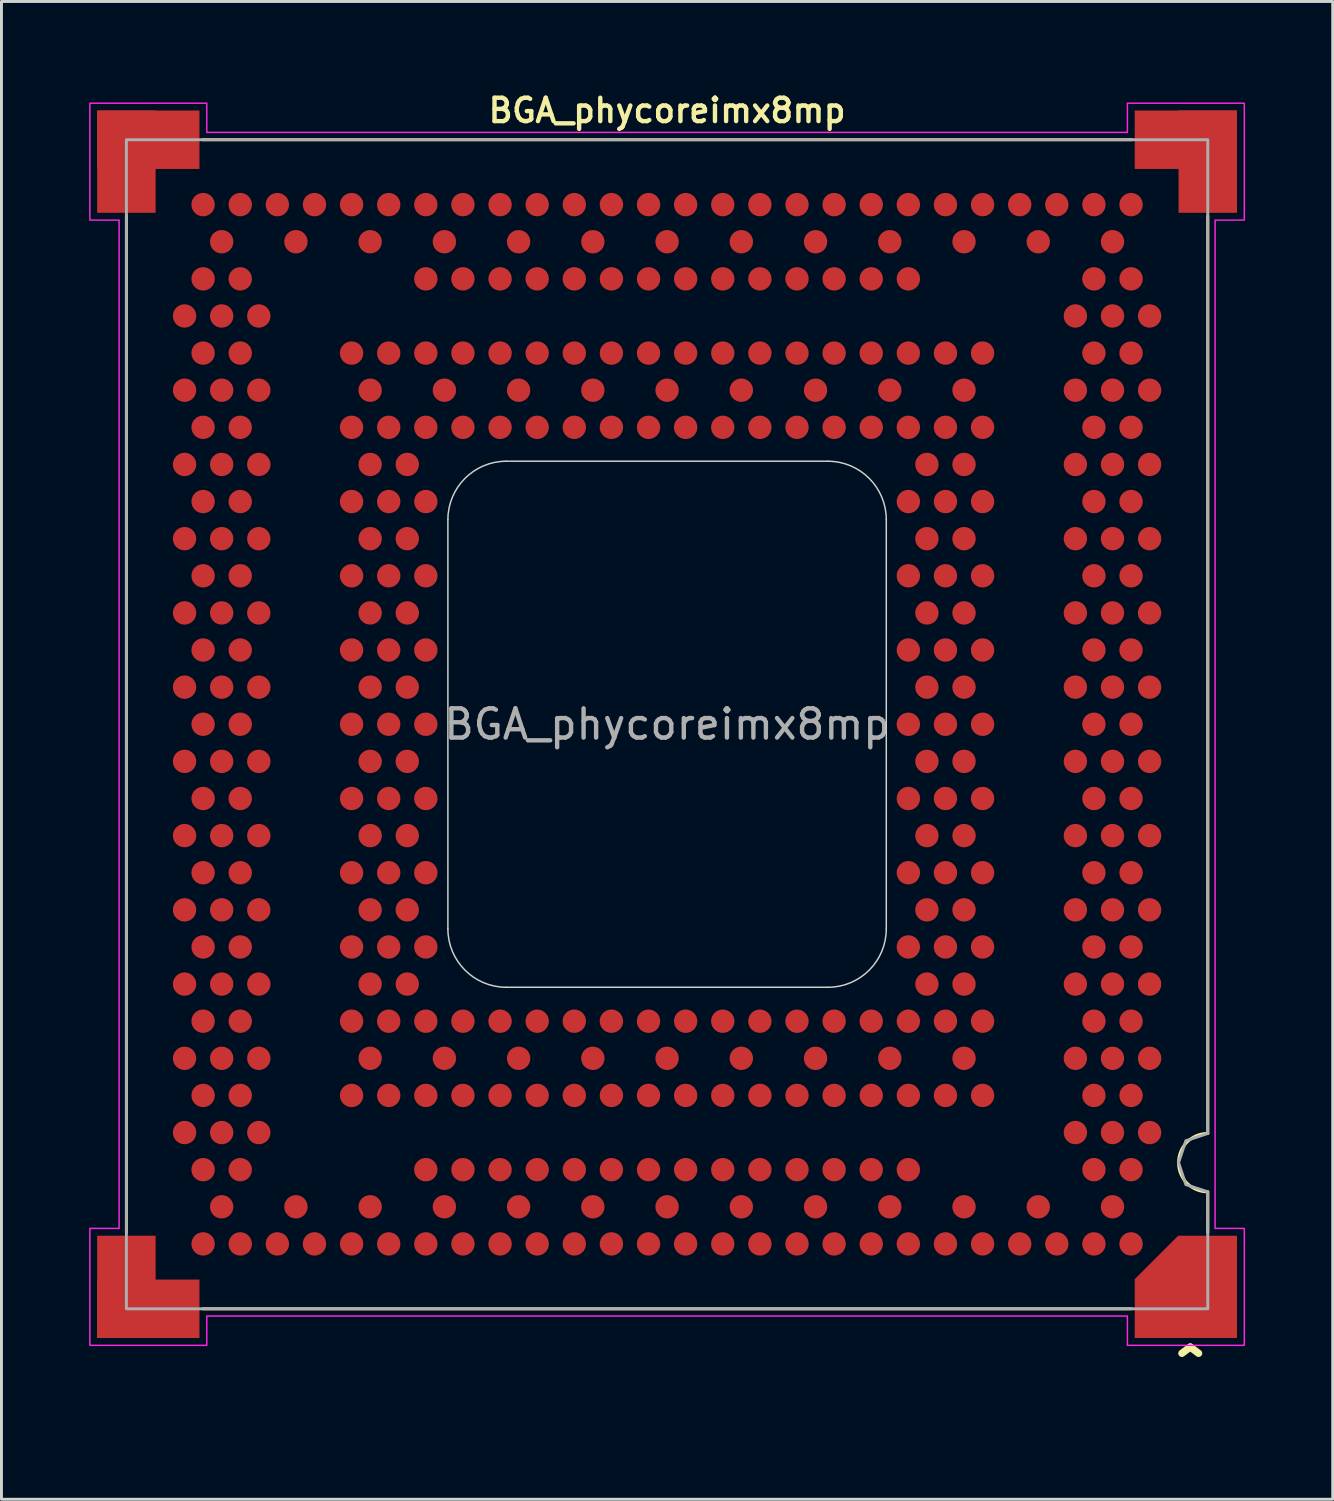
<source format=kicad_pcb>
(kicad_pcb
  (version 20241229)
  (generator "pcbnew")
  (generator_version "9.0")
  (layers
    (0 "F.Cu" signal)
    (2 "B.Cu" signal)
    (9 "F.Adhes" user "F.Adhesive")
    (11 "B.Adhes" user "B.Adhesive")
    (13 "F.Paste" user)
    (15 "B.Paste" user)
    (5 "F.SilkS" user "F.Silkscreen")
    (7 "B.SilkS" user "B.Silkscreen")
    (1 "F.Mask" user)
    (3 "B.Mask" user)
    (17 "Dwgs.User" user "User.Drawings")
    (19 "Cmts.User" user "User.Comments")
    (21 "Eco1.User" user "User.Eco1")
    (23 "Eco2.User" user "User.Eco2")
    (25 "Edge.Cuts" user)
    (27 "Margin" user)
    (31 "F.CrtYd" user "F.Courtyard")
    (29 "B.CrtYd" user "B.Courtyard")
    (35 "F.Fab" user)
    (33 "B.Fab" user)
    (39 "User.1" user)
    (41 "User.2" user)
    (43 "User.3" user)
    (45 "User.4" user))
  (footprint "BGA_phycoreimx8mp"
    (layer "F.Cu")
    (at 19.775 21.731)
    (property "Reference" "BGA_phycoreimx8mp" (at 0 -21 0) (layer "F.SilkS") (effects (font (size 0.8 0.8) (thickness 0.15))))
    (attr smd)
    (fp_line (start -18.5 17.4) (end -18.5 -17.4) (stroke (width 0.1) (type solid)) (layer "F.SilkS"))
    (fp_line (start -15.9 -20) (end 15.9 -20) (stroke (width 0.1) (type solid)) (layer "F.SilkS"))
    (fp_line (start 15.9 20) (end -15.9 20) (stroke (width 0.1) (type solid)) (layer "F.SilkS"))
    (fp_line (start 18.5 -17.4) (end 18.5 14) (stroke (width 0.1) (type solid)) (layer "F.SilkS"))
    (fp_line (start 18.5 16) (end 18.5 17.4) (stroke (width 0.1) (type solid)) (layer "F.SilkS"))
    (fp_arc (start 18.5 16) (mid 17.5 15) (end 18.5 14) (stroke (width 0.1) (type solid)) (layer "F.SilkS"))
    (fp_rect (start -19.3 -20.75) (end -18.05 -19.5) (stroke (width 0.1) (type solid)) (fill yes) (layer "F.Paste"))
    (fp_rect (start -19.3 -17.75) (end -17.8 -18.95) (stroke (width 0.1) (type solid)) (fill yes) (layer "F.Paste"))
    (fp_rect (start -19.25 20.75) (end -18 19.5) (stroke (width 0.1) (type solid)) (fill yes) (layer "F.Paste"))
    (fp_rect (start -17.75 17.75) (end -19.25 18.95) (stroke (width 0.1) (type solid)) (fill yes) (layer "F.Paste"))
    (fp_rect (start -16.3 -19.25) (end -17.5 -20.75) (stroke (width 0.1) (type solid)) (fill yes) (layer "F.Paste"))
    (fp_rect (start -16.25 20.75) (end -17.45 19.25) (stroke (width 0.1) (type solid)) (fill yes) (layer "F.Paste"))
    (fp_rect (start 16.25 -20.8) (end 17.45 -19.3) (stroke (width 0.1) (type solid)) (fill yes) (layer "F.Paste"))
    (fp_rect (start 16.3 19.25) (end 17.5 20.75) (stroke (width 0.1) (type solid)) (fill yes) (layer "F.Paste"))
    (fp_rect (start 17.75 -17.8) (end 19.25 -19) (stroke (width 0.1) (type solid)) (fill yes) (layer "F.Paste"))
    (fp_rect (start 19.25 -20.8) (end 18 -19.55) (stroke (width 0.1) (type solid)) (fill yes) (layer "F.Paste"))
    (fp_rect (start 19.3 17.75) (end 17.8 18.95) (stroke (width 0.1) (type solid)) (fill yes) (layer "F.Paste"))
    (fp_rect (start 19.3 20.75) (end 18.05 19.5) (stroke (width 0.1) (type solid)) (fill yes) (layer "F.Paste"))
    (fp_line (start -7.5 7) (end -7.5 -7) (stroke (width 0.05) (type solid)) (layer "Edge.Cuts"))
    (fp_line (start -5.5 -9) (end 5.5 -9) (stroke (width 0.05) (type solid)) (layer "Edge.Cuts"))
    (fp_line (start 5.5 9) (end -5.5 9) (stroke (width 0.05) (type solid)) (layer "Edge.Cuts"))
    (fp_line (start 7.5 -7) (end 7.5 7) (stroke (width 0.05) (type solid)) (layer "Edge.Cuts"))
    (fp_arc (start -7.5 -7) (mid -6.914214 -8.414214) (end -5.5 -9) (stroke (width 0.05) (type solid)) (layer "Edge.Cuts"))
    (fp_arc (start -5.5 9) (mid -6.914214 8.414214) (end -7.5 7) (stroke (width 0.05) (type solid)) (layer "Edge.Cuts"))
    (fp_arc (start 5.5 -9) (mid 6.914214 -8.414214) (end 7.5 -7) (stroke (width 0.05) (type solid)) (layer "Edge.Cuts"))
    (fp_arc (start 7.5 7) (mid 6.914214 8.414214) (end 5.5 9) (stroke (width 0.05) (type solid)) (layer "Edge.Cuts"))
    (fp_poly (pts (xy -15.75 -20.25) (xy 15.75 -20.25) (xy 15.75 -21.25) (xy 19.75 -21.25) (xy 19.75 -17.25) (xy 18.75 -17.25) (xy 18.75 17.25) (xy 19.75 17.25) (xy 19.75 21.25) (xy 15.75 21.25) (xy 15.75 20.25) (xy -15.75 20.25) (xy -15.75 21.25) (xy -19.75 21.25) (xy -19.75 17.25) (xy -18.75 17.25) (xy -18.75 -17.25) (xy -19.75 -17.25) (xy -19.75 -21.25) (xy -15.75 -21.25)) (stroke (width 0.05) (type solid)) (fill no) (layer "F.CrtYd"))
    (fp_poly (pts (xy 18.5 14) (xy 17.75 14.25) (xy 17.5 15) (xy 17.75 15.75) (xy 18.5 16) (xy 18.5 20) (xy -18.5 20) (xy -18.5 -20) (xy 18.5 -20)) (stroke (width 0.1) (type solid)) (fill no) (layer "F.Fab"))
    (fp_text user "^" (at 17.9 22.2 0) (unlocked yes) (layer "F.SilkS") (effects (font (size 1.5 1.5) (thickness 0.25))))
    (fp_text user "${REFERENCE}" (at 0 0 0) (layer "F.Fab") (effects (font (size 1 1) (thickness 0.15))))
    (pad "1" smd roundrect (at 17.75 19.25) (size 3.5 3.5) (layers "F.Cu" "F.Mask") (roundrect_rratio 0) (chamfer_ratio 0.425) (chamfer top_left))
    (pad "2" smd rect (at -18.5 19.25 90) (size 3.5 2) (layers "F.Cu" "F.Mask"))
    (pad "2" smd rect (at -17.75 20) (size 3.5 2) (layers "F.Cu" "F.Mask"))
    (pad "3" smd rect (at -18.5 -19.25 270) (size 3.5 2) (layers "F.Cu" "F.Mask"))
    (pad "3" smd rect (at -17.75 -20) (size 3.5 2) (layers "F.Cu" "F.Mask"))
    (pad "4" smd rect (at 17.75 -20 180) (size 3.5 2) (layers "F.Cu" "F.Mask"))
    (pad "4" smd rect (at 18.5 -19.25 270) (size 3.5 2) (layers "F.Cu" "F.Mask"))
    (pad "A1" smd circle (at 10.795 12.7) (size 0.8 0.8) (layers "F.Cu" "F.Mask" "F.Paste"))
    (pad "A2" smd circle (at 9.525 12.7) (size 0.8 0.8) (layers "F.Cu" "F.Mask" "F.Paste"))
    (pad "A3" smd circle (at 10.16 11.43) (size 0.8 0.8) (layers "F.Cu" "F.Mask" "F.Paste"))
    (pad "A4" smd circle (at 10.795 10.16) (size 0.8 0.8) (layers "F.Cu" "F.Mask" "F.Paste"))
    (pad "A5" smd circle (at 9.525 10.16) (size 0.8 0.8) (layers "F.Cu" "F.Mask" "F.Paste"))
    (pad "A6" smd circle (at 8.255 12.7) (size 0.8 0.8) (layers "F.Cu" "F.Mask" "F.Paste"))
    (pad "A7" smd circle (at 6.985 12.7) (size 0.8 0.8) (layers "F.Cu" "F.Mask" "F.Paste"))
    (pad "A8" smd circle (at 7.62 11.43) (size 0.8 0.8) (layers "F.Cu" "F.Mask" "F.Paste"))
    (pad "A9" smd circle (at 8.255 10.16) (size 0.8 0.8) (layers "F.Cu" "F.Mask" "F.Paste"))
    (pad "A10" smd circle (at 6.985 10.16) (size 0.8 0.8) (layers "F.Cu" "F.Mask" "F.Paste"))
    (pad "A11" smd circle (at 5.715 12.7) (size 0.8 0.8) (layers "F.Cu" "F.Mask" "F.Paste"))
    (pad "A12" smd circle (at 4.445 12.7) (size 0.8 0.8) (layers "F.Cu" "F.Mask" "F.Paste"))
    (pad "A13" smd circle (at 5.08 11.43) (size 0.8 0.8) (layers "F.Cu" "F.Mask" "F.Paste"))
    (pad "A14" smd circle (at 5.715 10.16) (size 0.8 0.8) (layers "F.Cu" "F.Mask" "F.Paste"))
    (pad "A15" smd circle (at 4.445 10.16) (size 0.8 0.8) (layers "F.Cu" "F.Mask" "F.Paste"))
    (pad "A16" smd circle (at 3.175 12.7) (size 0.8 0.8) (layers "F.Cu" "F.Mask" "F.Paste"))
    (pad "A17" smd circle (at 1.905 12.7) (size 0.8 0.8) (layers "F.Cu" "F.Mask" "F.Paste"))
    (pad "A18" smd circle (at 2.54 11.43) (size 0.8 0.8) (layers "F.Cu" "F.Mask" "F.Paste"))
    (pad "A19" smd circle (at 3.175 10.16) (size 0.8 0.8) (layers "F.Cu" "F.Mask" "F.Paste"))
    (pad "A20" smd circle (at 1.905 10.16) (size 0.8 0.8) (layers "F.Cu" "F.Mask" "F.Paste"))
    (pad "A21" smd circle (at 0.635 12.7) (size 0.8 0.8) (layers "F.Cu" "F.Mask" "F.Paste"))
    (pad "A22" smd circle (at -0.635 12.7) (size 0.8 0.8) (layers "F.Cu" "F.Mask" "F.Paste"))
    (pad "A23" smd circle (at 0 11.43) (size 0.8 0.8) (layers "F.Cu" "F.Mask" "F.Paste"))
    (pad "A24" smd circle (at 0.635 10.16) (size 0.8 0.8) (layers "F.Cu" "F.Mask" "F.Paste"))
    (pad "A25" smd circle (at -0.635 10.16) (size 0.8 0.8) (layers "F.Cu" "F.Mask" "F.Paste"))
    (pad "A26" smd circle (at -1.905 12.7) (size 0.8 0.8) (layers "F.Cu" "F.Mask" "F.Paste"))
    (pad "A27" smd circle (at -3.175 12.7) (size 0.8 0.8) (layers "F.Cu" "F.Mask" "F.Paste"))
    (pad "A28" smd circle (at -2.54 11.43) (size 0.8 0.8) (layers "F.Cu" "F.Mask" "F.Paste"))
    (pad "A29" smd circle (at -1.905 10.16) (size 0.8 0.8) (layers "F.Cu" "F.Mask" "F.Paste"))
    (pad "A30" smd circle (at -3.175 10.16) (size 0.8 0.8) (layers "F.Cu" "F.Mask" "F.Paste"))
    (pad "A31" smd circle (at -4.445 12.7) (size 0.8 0.8) (layers "F.Cu" "F.Mask" "F.Paste"))
    (pad "A32" smd circle (at -5.715 12.7) (size 0.8 0.8) (layers "F.Cu" "F.Mask" "F.Paste"))
    (pad "A33" smd circle (at -5.08 11.43) (size 0.8 0.8) (layers "F.Cu" "F.Mask" "F.Paste"))
    (pad "A34" smd circle (at -4.445 10.16) (size 0.8 0.8) (layers "F.Cu" "F.Mask" "F.Paste"))
    (pad "A35" smd circle (at -5.715 10.16) (size 0.8 0.8) (layers "F.Cu" "F.Mask" "F.Paste"))
    (pad "A36" smd circle (at -6.985 12.7) (size 0.8 0.8) (layers "F.Cu" "F.Mask" "F.Paste"))
    (pad "A37" smd circle (at -8.255 12.7) (size 0.8 0.8) (layers "F.Cu" "F.Mask" "F.Paste"))
    (pad "A38" smd circle (at -7.62 11.43) (size 0.8 0.8) (layers "F.Cu" "F.Mask" "F.Paste"))
    (pad "A39" smd circle (at -6.985 10.16) (size 0.8 0.8) (layers "F.Cu" "F.Mask" "F.Paste"))
    (pad "A40" smd circle (at -8.255 10.16) (size 0.8 0.8) (layers "F.Cu" "F.Mask" "F.Paste"))
    (pad "A41" smd circle (at -9.525 12.7) (size 0.8 0.8) (layers "F.Cu" "F.Mask" "F.Paste"))
    (pad "A42" smd circle (at -10.795 12.7) (size 0.8 0.8) (layers "F.Cu" "F.Mask" "F.Paste"))
    (pad "A43" smd circle (at -10.16 11.43) (size 0.8 0.8) (layers "F.Cu" "F.Mask" "F.Paste"))
    (pad "A44" smd circle (at -9.525 10.16) (size 0.8 0.8) (layers "F.Cu" "F.Mask" "F.Paste"))
    (pad "A45" smd circle (at -10.795 10.16) (size 0.8 0.8) (layers "F.Cu" "F.Mask" "F.Paste"))
    (pad "A46" smd circle (at -10.16 8.89) (size 0.8 0.8) (layers "F.Cu" "F.Mask" "F.Paste"))
    (pad "A47" smd circle (at -10.795 7.62) (size 0.8 0.8) (layers "F.Cu" "F.Mask" "F.Paste"))
    (pad "A48" smd circle (at -9.525 7.62) (size 0.8 0.8) (layers "F.Cu" "F.Mask" "F.Paste"))
    (pad "A49" smd circle (at -8.89 8.89) (size 0.8 0.8) (layers "F.Cu" "F.Mask" "F.Paste"))
    (pad "A50" smd circle (at -8.255 7.62) (size 0.8 0.8) (layers "F.Cu" "F.Mask" "F.Paste"))
    (pad "A51" smd circle (at -10.16 6.35) (size 0.8 0.8) (layers "F.Cu" "F.Mask" "F.Paste"))
    (pad "A52" smd circle (at -10.795 5.08) (size 0.8 0.8) (layers "F.Cu" "F.Mask" "F.Paste"))
    (pad "A53" smd circle (at -9.525 5.08) (size 0.8 0.8) (layers "F.Cu" "F.Mask" "F.Paste"))
    (pad "A54" smd circle (at -8.89 6.35) (size 0.8 0.8) (layers "F.Cu" "F.Mask" "F.Paste"))
    (pad "A55" smd circle (at -8.255 5.08) (size 0.8 0.8) (layers "F.Cu" "F.Mask" "F.Paste"))
    (pad "A56" smd circle (at -10.16 3.81) (size 0.8 0.8) (layers "F.Cu" "F.Mask" "F.Paste"))
    (pad "A57" smd circle (at -10.795 2.54) (size 0.8 0.8) (layers "F.Cu" "F.Mask" "F.Paste"))
    (pad "A58" smd circle (at -9.525 2.54) (size 0.8 0.8) (layers "F.Cu" "F.Mask" "F.Paste"))
    (pad "A59" smd circle (at -8.89 3.81) (size 0.8 0.8) (layers "F.Cu" "F.Mask" "F.Paste"))
    (pad "A60" smd circle (at -8.255 2.54) (size 0.8 0.8) (layers "F.Cu" "F.Mask" "F.Paste"))
    (pad "A61" smd circle (at -10.16 1.27) (size 0.8 0.8) (layers "F.Cu" "F.Mask" "F.Paste"))
    (pad "A62" smd circle (at -10.795 0) (size 0.8 0.8) (layers "F.Cu" "F.Mask" "F.Paste"))
    (pad "A63" smd circle (at -9.525 0) (size 0.8 0.8) (layers "F.Cu" "F.Mask" "F.Paste"))
    (pad "A64" smd circle (at -8.89 1.27) (size 0.8 0.8) (layers "F.Cu" "F.Mask" "F.Paste"))
    (pad "A65" smd circle (at -8.255 0) (size 0.8 0.8) (layers "F.Cu" "F.Mask" "F.Paste"))
    (pad "A66" smd circle (at -10.16 -1.27) (size 0.8 0.8) (layers "F.Cu" "F.Mask" "F.Paste"))
    (pad "A67" smd circle (at -10.795 -2.54) (size 0.8 0.8) (layers "F.Cu" "F.Mask" "F.Paste"))
    (pad "A68" smd circle (at -9.525 -2.54) (size 0.8 0.8) (layers "F.Cu" "F.Mask" "F.Paste"))
    (pad "A69" smd circle (at -8.89 -1.27) (size 0.8 0.8) (layers "F.Cu" "F.Mask" "F.Paste"))
    (pad "A70" smd circle (at -8.255 -2.54) (size 0.8 0.8) (layers "F.Cu" "F.Mask" "F.Paste"))
    (pad "A71" smd circle (at -10.16 -3.81) (size 0.8 0.8) (layers "F.Cu" "F.Mask" "F.Paste"))
    (pad "A72" smd circle (at -10.795 -5.08) (size 0.8 0.8) (layers "F.Cu" "F.Mask" "F.Paste"))
    (pad "A73" smd circle (at -9.525 -5.08) (size 0.8 0.8) (layers "F.Cu" "F.Mask" "F.Paste"))
    (pad "A74" smd circle (at -8.89 -3.81) (size 0.8 0.8) (layers "F.Cu" "F.Mask" "F.Paste"))
    (pad "A75" smd circle (at -8.255 -5.08) (size 0.8 0.8) (layers "F.Cu" "F.Mask" "F.Paste"))
    (pad "A76" smd circle (at -10.16 -6.35) (size 0.8 0.8) (layers "F.Cu" "F.Mask" "F.Paste"))
    (pad "A77" smd circle (at -10.795 -7.62) (size 0.8 0.8) (layers "F.Cu" "F.Mask" "F.Paste"))
    (pad "A78" smd circle (at -9.525 -7.62) (size 0.8 0.8) (layers "F.Cu" "F.Mask" "F.Paste"))
    (pad "A79" smd circle (at -8.89 -6.35) (size 0.8 0.8) (layers "F.Cu" "F.Mask" "F.Paste"))
    (pad "A80" smd circle (at -8.255 -7.62) (size 0.8 0.8) (layers "F.Cu" "F.Mask" "F.Paste"))
    (pad "A81" smd circle (at -10.16 -8.89) (size 0.8 0.8) (layers "F.Cu" "F.Mask" "F.Paste"))
    (pad "A82" smd circle (at -8.89 -8.89) (size 0.8 0.8) (layers "F.Cu" "F.Mask" "F.Paste"))
    (pad "A83" smd circle (at -10.795 -12.7) (size 0.8 0.8) (layers "F.Cu" "F.Mask" "F.Paste"))
    (pad "A84" smd circle (at -9.525 -12.7) (size 0.8 0.8) (layers "F.Cu" "F.Mask" "F.Paste"))
    (pad "A85" smd circle (at -10.16 -11.43) (size 0.8 0.8) (layers "F.Cu" "F.Mask" "F.Paste"))
    (pad "A86" smd circle (at -10.795 -10.16) (size 0.8 0.8) (layers "F.Cu" "F.Mask" "F.Paste"))
    (pad "A87" smd circle (at -9.525 -10.16) (size 0.8 0.8) (layers "F.Cu" "F.Mask" "F.Paste"))
    (pad "A88" smd circle (at -8.255 -12.7) (size 0.8 0.8) (layers "F.Cu" "F.Mask" "F.Paste"))
    (pad "A89" smd circle (at -6.985 -12.7) (size 0.8 0.8) (layers "F.Cu" "F.Mask" "F.Paste"))
    (pad "A90" smd circle (at -7.62 -11.43) (size 0.8 0.8) (layers "F.Cu" "F.Mask" "F.Paste"))
    (pad "A91" smd circle (at -8.255 -10.16) (size 0.8 0.8) (layers "F.Cu" "F.Mask" "F.Paste"))
    (pad "A92" smd circle (at -6.985 -10.16) (size 0.8 0.8) (layers "F.Cu" "F.Mask" "F.Paste"))
    (pad "A93" smd circle (at -5.715 -12.7) (size 0.8 0.8) (layers "F.Cu" "F.Mask" "F.Paste"))
    (pad "A94" smd circle (at -4.445 -12.7) (size 0.8 0.8) (layers "F.Cu" "F.Mask" "F.Paste"))
    (pad "A95" smd circle (at -5.08 -11.43) (size 0.8 0.8) (layers "F.Cu" "F.Mask" "F.Paste"))
    (pad "A96" smd circle (at -5.715 -10.16) (size 0.8 0.8) (layers "F.Cu" "F.Mask" "F.Paste"))
    (pad "A97" smd circle (at -4.445 -10.16) (size 0.8 0.8) (layers "F.Cu" "F.Mask" "F.Paste"))
    (pad "A98" smd circle (at -3.175 -12.7) (size 0.8 0.8) (layers "F.Cu" "F.Mask" "F.Paste"))
    (pad "A99" smd circle (at -1.905 -12.7) (size 0.8 0.8) (layers "F.Cu" "F.Mask" "F.Paste"))
    (pad "A100" smd circle (at -2.54 -11.43) (size 0.8 0.8) (layers "F.Cu" "F.Mask" "F.Paste"))
    (pad "A101" smd circle (at -3.175 -10.16) (size 0.8 0.8) (layers "F.Cu" "F.Mask" "F.Paste"))
    (pad "A102" smd circle (at -1.905 -10.16) (size 0.8 0.8) (layers "F.Cu" "F.Mask" "F.Paste"))
    (pad "A103" smd circle (at -0.635 -12.7) (size 0.8 0.8) (layers "F.Cu" "F.Mask" "F.Paste"))
    (pad "A104" smd circle (at 0.635 -12.7) (size 0.8 0.8) (layers "F.Cu" "F.Mask" "F.Paste"))
    (pad "A105" smd circle (at 0 -11.43) (size 0.8 0.8) (layers "F.Cu" "F.Mask" "F.Paste"))
    (pad "A106" smd circle (at -0.635 -10.16) (size 0.8 0.8) (layers "F.Cu" "F.Mask" "F.Paste"))
    (pad "A107" smd circle (at 0.635 -10.16) (size 0.8 0.8) (layers "F.Cu" "F.Mask" "F.Paste"))
    (pad "A108" smd circle (at 1.905 -12.7) (size 0.8 0.8) (layers "F.Cu" "F.Mask" "F.Paste"))
    (pad "A109" smd circle (at 3.175 -12.7) (size 0.8 0.8) (layers "F.Cu" "F.Mask" "F.Paste"))
    (pad "A110" smd circle (at 2.54 -11.43) (size 0.8 0.8) (layers "F.Cu" "F.Mask" "F.Paste"))
    (pad "A111" smd circle (at 1.905 -10.16) (size 0.8 0.8) (layers "F.Cu" "F.Mask" "F.Paste"))
    (pad "A112" smd circle (at 3.175 -10.16) (size 0.8 0.8) (layers "F.Cu" "F.Mask" "F.Paste"))
    (pad "A113" smd circle (at 4.445 -12.7) (size 0.8 0.8) (layers "F.Cu" "F.Mask" "F.Paste"))
    (pad "A114" smd circle (at 5.715 -12.7) (size 0.8 0.8) (layers "F.Cu" "F.Mask" "F.Paste"))
    (pad "A115" smd circle (at 5.08 -11.43) (size 0.8 0.8) (layers "F.Cu" "F.Mask" "F.Paste"))
    (pad "A116" smd circle (at 4.445 -10.16) (size 0.8 0.8) (layers "F.Cu" "F.Mask" "F.Paste"))
    (pad "A117" smd circle (at 5.715 -10.16) (size 0.8 0.8) (layers "F.Cu" "F.Mask" "F.Paste"))
    (pad "A118" smd circle (at 6.985 -12.7) (size 0.8 0.8) (layers "F.Cu" "F.Mask" "F.Paste"))
    (pad "A119" smd circle (at 8.255 -12.7) (size 0.8 0.8) (layers "F.Cu" "F.Mask" "F.Paste"))
    (pad "A120" smd circle (at 7.62 -11.43) (size 0.8 0.8) (layers "F.Cu" "F.Mask" "F.Paste"))
    (pad "A121" smd circle (at 6.985 -10.16) (size 0.8 0.8) (layers "F.Cu" "F.Mask" "F.Paste"))
    (pad "A122" smd circle (at 8.255 -10.16) (size 0.8 0.8) (layers "F.Cu" "F.Mask" "F.Paste"))
    (pad "A123" smd circle (at 9.525 -12.7) (size 0.8 0.8) (layers "F.Cu" "F.Mask" "F.Paste"))
    (pad "A124" smd circle (at 10.795 -12.7) (size 0.8 0.8) (layers "F.Cu" "F.Mask" "F.Paste"))
    (pad "A125" smd circle (at 10.16 -11.43) (size 0.8 0.8) (layers "F.Cu" "F.Mask" "F.Paste"))
    (pad "A126" smd circle (at 9.525 -10.16) (size 0.8 0.8) (layers "F.Cu" "F.Mask" "F.Paste"))
    (pad "A127" smd circle (at 10.795 -10.16) (size 0.8 0.8) (layers "F.Cu" "F.Mask" "F.Paste"))
    (pad "A128" smd circle (at 10.16 -8.89) (size 0.8 0.8) (layers "F.Cu" "F.Mask" "F.Paste"))
    (pad "A129" smd circle (at 10.795 -7.62) (size 0.8 0.8) (layers "F.Cu" "F.Mask" "F.Paste"))
    (pad "A130" smd circle (at 9.525 -7.62) (size 0.8 0.8) (layers "F.Cu" "F.Mask" "F.Paste"))
    (pad "A131" smd circle (at 8.89 -8.89) (size 0.8 0.8) (layers "F.Cu" "F.Mask" "F.Paste"))
    (pad "A132" smd circle (at 8.255 -7.62) (size 0.8 0.8) (layers "F.Cu" "F.Mask" "F.Paste"))
    (pad "A133" smd circle (at 10.16 -6.35) (size 0.8 0.8) (layers "F.Cu" "F.Mask" "F.Paste"))
    (pad "A134" smd circle (at 10.795 -5.08) (size 0.8 0.8) (layers "F.Cu" "F.Mask" "F.Paste"))
    (pad "A135" smd circle (at 9.525 -5.08) (size 0.8 0.8) (layers "F.Cu" "F.Mask" "F.Paste"))
    (pad "A136" smd circle (at 8.89 -6.35) (size 0.8 0.8) (layers "F.Cu" "F.Mask" "F.Paste"))
    (pad "A137" smd circle (at 8.255 -5.08) (size 0.8 0.8) (layers "F.Cu" "F.Mask" "F.Paste"))
    (pad "A138" smd circle (at 10.16 -3.81) (size 0.8 0.8) (layers "F.Cu" "F.Mask" "F.Paste"))
    (pad "A139" smd circle (at 10.795 -2.54) (size 0.8 0.8) (layers "F.Cu" "F.Mask" "F.Paste"))
    (pad "A140" smd circle (at 9.525 -2.54) (size 0.8 0.8) (layers "F.Cu" "F.Mask" "F.Paste"))
    (pad "A141" smd circle (at 8.89 -3.81) (size 0.8 0.8) (layers "F.Cu" "F.Mask" "F.Paste"))
    (pad "A142" smd circle (at 8.255 -2.54) (size 0.8 0.8) (layers "F.Cu" "F.Mask" "F.Paste"))
    (pad "A143" smd circle (at 10.16 -1.27) (size 0.8 0.8) (layers "F.Cu" "F.Mask" "F.Paste"))
    (pad "A144" smd circle (at 10.795 0) (size 0.8 0.8) (layers "F.Cu" "F.Mask" "F.Paste"))
    (pad "A145" smd circle (at 8.89 -1.27) (size 0.8 0.8) (layers "F.Cu" "F.Mask" "F.Paste"))
    (pad "A146" smd circle (at 9.525 0) (size 0.8 0.8) (layers "F.Cu" "F.Mask" "F.Paste"))
    (pad "A147" smd circle (at 8.255 0) (size 0.8 0.8) (layers "F.Cu" "F.Mask" "F.Paste"))
    (pad "A148" smd circle (at 10.16 1.27) (size 0.8 0.8) (layers "F.Cu" "F.Mask" "F.Paste"))
    (pad "A149" smd circle (at 10.795 2.54) (size 0.8 0.8) (layers "F.Cu" "F.Mask" "F.Paste"))
    (pad "A150" smd circle (at 9.525 2.54) (size 0.8 0.8) (layers "F.Cu" "F.Mask" "F.Paste"))
    (pad "A151" smd circle (at 8.89 1.27) (size 0.8 0.8) (layers "F.Cu" "F.Mask" "F.Paste"))
    (pad "A152" smd circle (at 8.255 2.54) (size 0.8 0.8) (layers "F.Cu" "F.Mask" "F.Paste"))
    (pad "A153" smd circle (at 10.16 3.81) (size 0.8 0.8) (layers "F.Cu" "F.Mask" "F.Paste"))
    (pad "A154" smd circle (at 10.795 5.08) (size 0.8 0.8) (layers "F.Cu" "F.Mask" "F.Paste"))
    (pad "A155" smd circle (at 9.525 5.08) (size 0.8 0.8) (layers "F.Cu" "F.Mask" "F.Paste"))
    (pad "A156" smd circle (at 8.89 3.81) (size 0.8 0.8) (layers "F.Cu" "F.Mask" "F.Paste"))
    (pad "A157" smd circle (at 8.255 5.08) (size 0.8 0.8) (layers "F.Cu" "F.Mask" "F.Paste"))
    (pad "A158" smd circle (at 10.16 6.35) (size 0.8 0.8) (layers "F.Cu" "F.Mask" "F.Paste"))
    (pad "A159" smd circle (at 10.795 7.62) (size 0.8 0.8) (layers "F.Cu" "F.Mask" "F.Paste"))
    (pad "A160" smd circle (at 9.525 7.62) (size 0.8 0.8) (layers "F.Cu" "F.Mask" "F.Paste"))
    (pad "A161" smd circle (at 8.89 6.35) (size 0.8 0.8) (layers "F.Cu" "F.Mask" "F.Paste"))
    (pad "A162" smd circle (at 8.255 7.62) (size 0.8 0.8) (layers "F.Cu" "F.Mask" "F.Paste"))
    (pad "A163" smd circle (at 10.16 8.89) (size 0.8 0.8) (layers "F.Cu" "F.Mask" "F.Paste"))
    (pad "A164" smd circle (at 8.89 8.89) (size 0.8 0.8) (layers "F.Cu" "F.Mask" "F.Paste"))
    (pad "B1" smd circle (at 15.875 17.78) (size 0.8 0.8) (layers "F.Cu" "F.Mask" "F.Paste"))
    (pad "B2" smd circle (at 14.605 17.78) (size 0.8 0.8) (layers "F.Cu" "F.Mask" "F.Paste"))
    (pad "B3" smd circle (at 15.24 16.51) (size 0.8 0.8) (layers "F.Cu" "F.Mask" "F.Paste"))
    (pad "B4" smd circle (at 13.335 17.78) (size 0.8 0.8) (layers "F.Cu" "F.Mask" "F.Paste"))
    (pad "B5" smd circle (at 12.065 17.78) (size 0.8 0.8) (layers "F.Cu" "F.Mask" "F.Paste"))
    (pad "B6" smd circle (at 12.7 16.51) (size 0.8 0.8) (layers "F.Cu" "F.Mask" "F.Paste"))
    (pad "B7" smd circle (at 10.795 17.78) (size 0.8 0.8) (layers "F.Cu" "F.Mask" "F.Paste"))
    (pad "B8" smd circle (at 9.525 17.78) (size 0.8 0.8) (layers "F.Cu" "F.Mask" "F.Paste"))
    (pad "B9" smd circle (at 10.16 16.51) (size 0.8 0.8) (layers "F.Cu" "F.Mask" "F.Paste"))
    (pad "B10" smd circle (at 8.255 17.78) (size 0.8 0.8) (layers "F.Cu" "F.Mask" "F.Paste"))
    (pad "B11" smd circle (at 6.985 17.78) (size 0.8 0.8) (layers "F.Cu" "F.Mask" "F.Paste"))
    (pad "B12" smd circle (at 7.62 16.51) (size 0.8 0.8) (layers "F.Cu" "F.Mask" "F.Paste"))
    (pad "B13" smd circle (at 8.255 15.24) (size 0.8 0.8) (layers "F.Cu" "F.Mask" "F.Paste"))
    (pad "B14" smd circle (at 6.985 15.24) (size 0.8 0.8) (layers "F.Cu" "F.Mask" "F.Paste"))
    (pad "B15" smd circle (at 5.715 17.78) (size 0.8 0.8) (layers "F.Cu" "F.Mask" "F.Paste"))
    (pad "B16" smd circle (at 4.445 17.78) (size 0.8 0.8) (layers "F.Cu" "F.Mask" "F.Paste"))
    (pad "B17" smd circle (at 5.08 16.51) (size 0.8 0.8) (layers "F.Cu" "F.Mask" "F.Paste"))
    (pad "B18" smd circle (at 5.715 15.24) (size 0.8 0.8) (layers "F.Cu" "F.Mask" "F.Paste"))
    (pad "B19" smd circle (at 4.445 15.24) (size 0.8 0.8) (layers "F.Cu" "F.Mask" "F.Paste"))
    (pad "B20" smd circle (at 3.175 17.78) (size 0.8 0.8) (layers "F.Cu" "F.Mask" "F.Paste"))
    (pad "B21" smd circle (at 1.905 17.78) (size 0.8 0.8) (layers "F.Cu" "F.Mask" "F.Paste"))
    (pad "B22" smd circle (at 2.54 16.51) (size 0.8 0.8) (layers "F.Cu" "F.Mask" "F.Paste"))
    (pad "B23" smd circle (at 3.175 15.24) (size 0.8 0.8) (layers "F.Cu" "F.Mask" "F.Paste"))
    (pad "B24" smd circle (at 1.905 15.24) (size 0.8 0.8) (layers "F.Cu" "F.Mask" "F.Paste"))
    (pad "B25" smd circle (at 0.635 17.78) (size 0.8 0.8) (layers "F.Cu" "F.Mask" "F.Paste"))
    (pad "B26" smd circle (at -0.635 17.78) (size 0.8 0.8) (layers "F.Cu" "F.Mask" "F.Paste"))
    (pad "B27" smd circle (at 0 16.51) (size 0.8 0.8) (layers "F.Cu" "F.Mask" "F.Paste"))
    (pad "B28" smd circle (at 0.635 15.24) (size 0.8 0.8) (layers "F.Cu" "F.Mask" "F.Paste"))
    (pad "B29" smd circle (at -0.635 15.24) (size 0.8 0.8) (layers "F.Cu" "F.Mask" "F.Paste"))
    (pad "B30" smd circle (at -1.905 17.78) (size 0.8 0.8) (layers "F.Cu" "F.Mask" "F.Paste"))
    (pad "B31" smd circle (at -3.175 17.78) (size 0.8 0.8) (layers "F.Cu" "F.Mask" "F.Paste"))
    (pad "B32" smd circle (at -2.54 16.51) (size 0.8 0.8) (layers "F.Cu" "F.Mask" "F.Paste"))
    (pad "B33" smd circle (at -1.905 15.24) (size 0.8 0.8) (layers "F.Cu" "F.Mask" "F.Paste"))
    (pad "B34" smd circle (at -3.175 15.24) (size 0.8 0.8) (layers "F.Cu" "F.Mask" "F.Paste"))
    (pad "B35" smd circle (at -4.445 17.78) (size 0.8 0.8) (layers "F.Cu" "F.Mask" "F.Paste"))
    (pad "B36" smd circle (at -5.715 17.78) (size 0.8 0.8) (layers "F.Cu" "F.Mask" "F.Paste"))
    (pad "B37" smd circle (at -5.08 16.51) (size 0.8 0.8) (layers "F.Cu" "F.Mask" "F.Paste"))
    (pad "B38" smd circle (at -4.445 15.24) (size 0.8 0.8) (layers "F.Cu" "F.Mask" "F.Paste"))
    (pad "B39" smd circle (at -5.715 15.24) (size 0.8 0.8) (layers "F.Cu" "F.Mask" "F.Paste"))
    (pad "B40" smd circle (at -6.985 17.78) (size 0.8 0.8) (layers "F.Cu" "F.Mask" "F.Paste"))
    (pad "B41" smd circle (at -8.255 17.78) (size 0.8 0.8) (layers "F.Cu" "F.Mask" "F.Paste"))
    (pad "B42" smd circle (at -7.62 16.51) (size 0.8 0.8) (layers "F.Cu" "F.Mask" "F.Paste"))
    (pad "B43" smd circle (at -6.985 15.24) (size 0.8 0.8) (layers "F.Cu" "F.Mask" "F.Paste"))
    (pad "B44" smd circle (at -8.255 15.24) (size 0.8 0.8) (layers "F.Cu" "F.Mask" "F.Paste"))
    (pad "B45" smd circle (at -9.525 17.78) (size 0.8 0.8) (layers "F.Cu" "F.Mask" "F.Paste"))
    (pad "B46" smd circle (at -10.795 17.78) (size 0.8 0.8) (layers "F.Cu" "F.Mask" "F.Paste"))
    (pad "B47" smd circle (at -10.16 16.51) (size 0.8 0.8) (layers "F.Cu" "F.Mask" "F.Paste"))
    (pad "B48" smd circle (at -12.065 17.78) (size 0.8 0.8) (layers "F.Cu" "F.Mask" "F.Paste"))
    (pad "B49" smd circle (at -13.335 17.78) (size 0.8 0.8) (layers "F.Cu" "F.Mask" "F.Paste"))
    (pad "B50" smd circle (at -12.7 16.51) (size 0.8 0.8) (layers "F.Cu" "F.Mask" "F.Paste"))
    (pad "B51" smd circle (at -14.605 17.78) (size 0.8 0.8) (layers "F.Cu" "F.Mask" "F.Paste"))
    (pad "B52" smd circle (at -15.875 17.78) (size 0.8 0.8) (layers "F.Cu" "F.Mask" "F.Paste"))
    (pad "B53" smd circle (at -15.24 16.51) (size 0.8 0.8) (layers "F.Cu" "F.Mask" "F.Paste"))
    (pad "B54" smd circle (at -15.875 15.24) (size 0.8 0.8) (layers "F.Cu" "F.Mask" "F.Paste"))
    (pad "B55" smd circle (at -16.51 13.97) (size 0.8 0.8) (layers "F.Cu" "F.Mask" "F.Paste"))
    (pad "B56" smd circle (at -15.24 13.97) (size 0.8 0.8) (layers "F.Cu" "F.Mask" "F.Paste"))
    (pad "B57" smd circle (at -14.605 15.24) (size 0.8 0.8) (layers "F.Cu" "F.Mask" "F.Paste"))
    (pad "B58" smd circle (at -13.97 13.97) (size 0.8 0.8) (layers "F.Cu" "F.Mask" "F.Paste"))
    (pad "B59" smd circle (at -15.875 12.7) (size 0.8 0.8) (layers "F.Cu" "F.Mask" "F.Paste"))
    (pad "B60" smd circle (at -16.51 11.43) (size 0.8 0.8) (layers "F.Cu" "F.Mask" "F.Paste"))
    (pad "B61" smd circle (at -15.24 11.43) (size 0.8 0.8) (layers "F.Cu" "F.Mask" "F.Paste"))
    (pad "B62" smd circle (at -14.605 12.7) (size 0.8 0.8) (layers "F.Cu" "F.Mask" "F.Paste"))
    (pad "B63" smd circle (at -13.97 11.43) (size 0.8 0.8) (layers "F.Cu" "F.Mask" "F.Paste"))
    (pad "B64" smd circle (at -15.875 10.16) (size 0.8 0.8) (layers "F.Cu" "F.Mask" "F.Paste"))
    (pad "B65" smd circle (at -16.51 8.89) (size 0.8 0.8) (layers "F.Cu" "F.Mask" "F.Paste"))
    (pad "B66" smd circle (at -15.24 8.89) (size 0.8 0.8) (layers "F.Cu" "F.Mask" "F.Paste"))
    (pad "B67" smd circle (at -14.605 10.16) (size 0.8 0.8) (layers "F.Cu" "F.Mask" "F.Paste"))
    (pad "B68" smd circle (at -13.97 8.89) (size 0.8 0.8) (layers "F.Cu" "F.Mask" "F.Paste"))
    (pad "B69" smd circle (at -15.875 7.62) (size 0.8 0.8) (layers "F.Cu" "F.Mask" "F.Paste"))
    (pad "B70" smd circle (at -16.51 6.35) (size 0.8 0.8) (layers "F.Cu" "F.Mask" "F.Paste"))
    (pad "B71" smd circle (at -15.24 6.35) (size 0.8 0.8) (layers "F.Cu" "F.Mask" "F.Paste"))
    (pad "B72" smd circle (at -14.605 7.62) (size 0.8 0.8) (layers "F.Cu" "F.Mask" "F.Paste"))
    (pad "B73" smd circle (at -13.97 6.35) (size 0.8 0.8) (layers "F.Cu" "F.Mask" "F.Paste"))
    (pad "B74" smd circle (at -15.875 5.08) (size 0.8 0.8) (layers "F.Cu" "F.Mask" "F.Paste"))
    (pad "B75" smd circle (at -16.51 3.81) (size 0.8 0.8) (layers "F.Cu" "F.Mask" "F.Paste"))
    (pad "B76" smd circle (at -15.24 3.81) (size 0.8 0.8) (layers "F.Cu" "F.Mask" "F.Paste"))
    (pad "B77" smd circle (at -14.605 5.08) (size 0.8 0.8) (layers "F.Cu" "F.Mask" "F.Paste"))
    (pad "B78" smd circle (at -13.97 3.81) (size 0.8 0.8) (layers "F.Cu" "F.Mask" "F.Paste"))
    (pad "B79" smd circle (at -15.875 2.54) (size 0.8 0.8) (layers "F.Cu" "F.Mask" "F.Paste"))
    (pad "B80" smd circle (at -16.51 1.27) (size 0.8 0.8) (layers "F.Cu" "F.Mask" "F.Paste"))
    (pad "B81" smd circle (at -15.24 1.27) (size 0.8 0.8) (layers "F.Cu" "F.Mask" "F.Paste"))
    (pad "B82" smd circle (at -14.605 2.54) (size 0.8 0.8) (layers "F.Cu" "F.Mask" "F.Paste"))
    (pad "B83" smd circle (at -13.97 1.27) (size 0.8 0.8) (layers "F.Cu" "F.Mask" "F.Paste"))
    (pad "B84" smd circle (at -15.875 0) (size 0.8 0.8) (layers "F.Cu" "F.Mask" "F.Paste"))
    (pad "B85" smd circle (at -16.51 -1.27) (size 0.8 0.8) (layers "F.Cu" "F.Mask" "F.Paste"))
    (pad "B86" smd circle (at -15.24 -1.27) (size 0.8 0.8) (layers "F.Cu" "F.Mask" "F.Paste"))
    (pad "B87" smd circle (at -14.605 0) (size 0.8 0.8) (layers "F.Cu" "F.Mask" "F.Paste"))
    (pad "B88" smd circle (at -13.97 -1.27) (size 0.8 0.8) (layers "F.Cu" "F.Mask" "F.Paste"))
    (pad "B89" smd circle (at -15.875 -2.54) (size 0.8 0.8) (layers "F.Cu" "F.Mask" "F.Paste"))
    (pad "B90" smd circle (at -16.51 -3.81) (size 0.8 0.8) (layers "F.Cu" "F.Mask" "F.Paste"))
    (pad "B91" smd circle (at -15.24 -3.81) (size 0.8 0.8) (layers "F.Cu" "F.Mask" "F.Paste"))
    (pad "B92" smd circle (at -14.605 -2.54) (size 0.8 0.8) (layers "F.Cu" "F.Mask" "F.Paste"))
    (pad "B93" smd circle (at -13.97 -3.81) (size 0.8 0.8) (layers "F.Cu" "F.Mask" "F.Paste"))
    (pad "B94" smd circle (at -15.875 -5.08) (size 0.8 0.8) (layers "F.Cu" "F.Mask" "F.Paste"))
    (pad "B95" smd circle (at -16.51 -6.35) (size 0.8 0.8) (layers "F.Cu" "F.Mask" "F.Paste"))
    (pad "B96" smd circle (at -15.24 -6.35) (size 0.8 0.8) (layers "F.Cu" "F.Mask" "F.Paste"))
    (pad "B97" smd circle (at -14.605 -5.08) (size 0.8 0.8) (layers "F.Cu" "F.Mask" "F.Paste"))
    (pad "B98" smd circle (at -13.97 -6.35) (size 0.8 0.8) (layers "F.Cu" "F.Mask" "F.Paste"))
    (pad "B99" smd circle (at -15.875 -7.62) (size 0.8 0.8) (layers "F.Cu" "F.Mask" "F.Paste"))
    (pad "B100" smd circle (at -16.51 -8.89) (size 0.8 0.8) (layers "F.Cu" "F.Mask" "F.Paste"))
    (pad "B101" smd circle (at -15.24 -8.89) (size 0.8 0.8) (layers "F.Cu" "F.Mask" "F.Paste"))
    (pad "B102" smd circle (at -14.605 -7.62) (size 0.8 0.8) (layers "F.Cu" "F.Mask" "F.Paste"))
    (pad "B103" smd circle (at -13.97 -8.89) (size 0.8 0.8) (layers "F.Cu" "F.Mask" "F.Paste"))
    (pad "B104" smd circle (at -15.875 -10.16) (size 0.8 0.8) (layers "F.Cu" "F.Mask" "F.Paste"))
    (pad "B105" smd circle (at -16.51 -11.43) (size 0.8 0.8) (layers "F.Cu" "F.Mask" "F.Paste"))
    (pad "B106" smd circle (at -15.24 -11.43) (size 0.8 0.8) (layers "F.Cu" "F.Mask" "F.Paste"))
    (pad "B107" smd circle (at -14.605 -10.16) (size 0.8 0.8) (layers "F.Cu" "F.Mask" "F.Paste"))
    (pad "B108" smd circle (at -13.97 -11.43) (size 0.8 0.8) (layers "F.Cu" "F.Mask" "F.Paste"))
    (pad "B109" smd circle (at -15.875 -12.7) (size 0.8 0.8) (layers "F.Cu" "F.Mask" "F.Paste"))
    (pad "B110" smd circle (at -16.51 -13.97) (size 0.8 0.8) (layers "F.Cu" "F.Mask" "F.Paste"))
    (pad "B111" smd circle (at -15.24 -13.97) (size 0.8 0.8) (layers "F.Cu" "F.Mask" "F.Paste"))
    (pad "B112" smd circle (at -14.605 -12.7) (size 0.8 0.8) (layers "F.Cu" "F.Mask" "F.Paste"))
    (pad "B113" smd circle (at -13.97 -13.97) (size 0.8 0.8) (layers "F.Cu" "F.Mask" "F.Paste"))
    (pad "B114" smd circle (at -15.875 -15.24) (size 0.8 0.8) (layers "F.Cu" "F.Mask" "F.Paste"))
    (pad "B115" smd circle (at -14.605 -15.24) (size 0.8 0.8) (layers "F.Cu" "F.Mask" "F.Paste"))
    (pad "B116" smd circle (at -15.875 -17.78) (size 0.8 0.8) (layers "F.Cu" "F.Mask" "F.Paste"))
    (pad "B117" smd circle (at -14.605 -17.78) (size 0.8 0.8) (layers "F.Cu" "F.Mask" "F.Paste"))
    (pad "B118" smd circle (at -15.24 -16.51) (size 0.8 0.8) (layers "F.Cu" "F.Mask" "F.Paste"))
    (pad "B119" smd circle (at -13.335 -17.78) (size 0.8 0.8) (layers "F.Cu" "F.Mask" "F.Paste"))
    (pad "B120" smd circle (at -12.065 -17.78) (size 0.8 0.8) (layers "F.Cu" "F.Mask" "F.Paste"))
    (pad "B121" smd circle (at -12.7 -16.51) (size 0.8 0.8) (layers "F.Cu" "F.Mask" "F.Paste"))
    (pad "B122" smd circle (at -10.795 -17.78) (size 0.8 0.8) (layers "F.Cu" "F.Mask" "F.Paste"))
    (pad "B123" smd circle (at -9.525 -17.78) (size 0.8 0.8) (layers "F.Cu" "F.Mask" "F.Paste"))
    (pad "B124" smd circle (at -10.16 -16.51) (size 0.8 0.8) (layers "F.Cu" "F.Mask" "F.Paste"))
    (pad "B125" smd circle (at -8.255 -17.78) (size 0.8 0.8) (layers "F.Cu" "F.Mask" "F.Paste"))
    (pad "B126" smd circle (at -6.985 -17.78) (size 0.8 0.8) (layers "F.Cu" "F.Mask" "F.Paste"))
    (pad "B127" smd circle (at -7.62 -16.51) (size 0.8 0.8) (layers "F.Cu" "F.Mask" "F.Paste"))
    (pad "B128" smd circle (at -8.255 -15.24) (size 0.8 0.8) (layers "F.Cu" "F.Mask" "F.Paste"))
    (pad "B129" smd circle (at -6.985 -15.24) (size 0.8 0.8) (layers "F.Cu" "F.Mask" "F.Paste"))
    (pad "B130" smd circle (at -5.715 -17.78) (size 0.8 0.8) (layers "F.Cu" "F.Mask" "F.Paste"))
    (pad "B131" smd circle (at -4.445 -17.78) (size 0.8 0.8) (layers "F.Cu" "F.Mask" "F.Paste"))
    (pad "B132" smd circle (at -5.08 -16.51) (size 0.8 0.8) (layers "F.Cu" "F.Mask" "F.Paste"))
    (pad "B133" smd circle (at -5.715 -15.24) (size 0.8 0.8) (layers "F.Cu" "F.Mask" "F.Paste"))
    (pad "B134" smd circle (at -4.445 -15.24) (size 0.8 0.8) (layers "F.Cu" "F.Mask" "F.Paste"))
    (pad "B135" smd circle (at -3.175 -17.78) (size 0.8 0.8) (layers "F.Cu" "F.Mask" "F.Paste"))
    (pad "B136" smd circle (at -1.905 -17.78) (size 0.8 0.8) (layers "F.Cu" "F.Mask" "F.Paste"))
    (pad "B137" smd circle (at -2.54 -16.51) (size 0.8 0.8) (layers "F.Cu" "F.Mask" "F.Paste"))
    (pad "B138" smd circle (at -3.175 -15.24) (size 0.8 0.8) (layers "F.Cu" "F.Mask" "F.Paste"))
    (pad "B139" smd circle (at -1.905 -15.24) (size 0.8 0.8) (layers "F.Cu" "F.Mask" "F.Paste"))
    (pad "B140" smd circle (at -0.635 -17.78) (size 0.8 0.8) (layers "F.Cu" "F.Mask" "F.Paste"))
    (pad "B141" smd circle (at 0.635 -17.78) (size 0.8 0.8) (layers "F.Cu" "F.Mask" "F.Paste"))
    (pad "B142" smd circle (at 0 -16.51) (size 0.8 0.8) (layers "F.Cu" "F.Mask" "F.Paste"))
    (pad "B143" smd circle (at -0.635 -15.24) (size 0.8 0.8) (layers "F.Cu" "F.Mask" "F.Paste"))
    (pad "B144" smd circle (at 0.635 -15.24) (size 0.8 0.8) (layers "F.Cu" "F.Mask" "F.Paste"))
    (pad "B145" smd circle (at 1.905 -17.78) (size 0.8 0.8) (layers "F.Cu" "F.Mask" "F.Paste"))
    (pad "B146" smd circle (at 3.175 -17.78) (size 0.8 0.8) (layers "F.Cu" "F.Mask" "F.Paste"))
    (pad "B147" smd circle (at 2.54 -16.51) (size 0.8 0.8) (layers "F.Cu" "F.Mask" "F.Paste"))
    (pad "B148" smd circle (at 1.905 -15.24) (size 0.8 0.8) (layers "F.Cu" "F.Mask" "F.Paste"))
    (pad "B149" smd circle (at 3.175 -15.24) (size 0.8 0.8) (layers "F.Cu" "F.Mask" "F.Paste"))
    (pad "B150" smd circle (at 4.445 -17.78) (size 0.8 0.8) (layers "F.Cu" "F.Mask" "F.Paste"))
    (pad "B151" smd circle (at 5.715 -17.78) (size 0.8 0.8) (layers "F.Cu" "F.Mask" "F.Paste"))
    (pad "B152" smd circle (at 5.08 -16.51) (size 0.8 0.8) (layers "F.Cu" "F.Mask" "F.Paste"))
    (pad "B153" smd circle (at 4.445 -15.24) (size 0.8 0.8) (layers "F.Cu" "F.Mask" "F.Paste"))
    (pad "B154" smd circle (at 5.715 -15.24) (size 0.8 0.8) (layers "F.Cu" "F.Mask" "F.Paste"))
    (pad "B155" smd circle (at 6.985 -17.78) (size 0.8 0.8) (layers "F.Cu" "F.Mask" "F.Paste"))
    (pad "B156" smd circle (at 8.255 -17.78) (size 0.8 0.8) (layers "F.Cu" "F.Mask" "F.Paste"))
    (pad "B157" smd circle (at 7.62 -16.51) (size 0.8 0.8) (layers "F.Cu" "F.Mask" "F.Paste"))
    (pad "B158" smd circle (at 6.985 -15.24) (size 0.8 0.8) (layers "F.Cu" "F.Mask" "F.Paste"))
    (pad "B159" smd circle (at 8.255 -15.24) (size 0.8 0.8) (layers "F.Cu" "F.Mask" "F.Paste"))
    (pad "B160" smd circle (at 9.525 -17.78) (size 0.8 0.8) (layers "F.Cu" "F.Mask" "F.Paste"))
    (pad "B161" smd circle (at 10.795 -17.78) (size 0.8 0.8) (layers "F.Cu" "F.Mask" "F.Paste"))
    (pad "B162" smd circle (at 10.16 -16.51) (size 0.8 0.8) (layers "F.Cu" "F.Mask" "F.Paste"))
    (pad "B163" smd circle (at 12.065 -17.78) (size 0.8 0.8) (layers "F.Cu" "F.Mask" "F.Paste"))
    (pad "B164" smd circle (at 13.335 -17.78) (size 0.8 0.8) (layers "F.Cu" "F.Mask" "F.Paste"))
    (pad "B165" smd circle (at 12.7 -16.51) (size 0.8 0.8) (layers "F.Cu" "F.Mask" "F.Paste"))
    (pad "B166" smd circle (at 14.605 -17.78) (size 0.8 0.8) (layers "F.Cu" "F.Mask" "F.Paste"))
    (pad "B167" smd circle (at 15.875 -17.78) (size 0.8 0.8) (layers "F.Cu" "F.Mask" "F.Paste"))
    (pad "B168" smd circle (at 15.24 -16.51) (size 0.8 0.8) (layers "F.Cu" "F.Mask" "F.Paste"))
    (pad "B169" smd circle (at 15.875 -15.24) (size 0.8 0.8) (layers "F.Cu" "F.Mask" "F.Paste"))
    (pad "B170" smd circle (at 16.51 -13.97) (size 0.8 0.8) (layers "F.Cu" "F.Mask" "F.Paste"))
    (pad "B171" smd circle (at 15.24 -13.97) (size 0.8 0.8) (layers "F.Cu" "F.Mask" "F.Paste"))
    (pad "B172" smd circle (at 14.605 -15.24) (size 0.8 0.8) (layers "F.Cu" "F.Mask" "F.Paste"))
    (pad "B173" smd circle (at 13.97 -13.97) (size 0.8 0.8) (layers "F.Cu" "F.Mask" "F.Paste"))
    (pad "B174" smd circle (at 15.875 -12.7) (size 0.8 0.8) (layers "F.Cu" "F.Mask" "F.Paste"))
    (pad "B175" smd circle (at 16.51 -11.43) (size 0.8 0.8) (layers "F.Cu" "F.Mask" "F.Paste"))
    (pad "B176" smd circle (at 15.24 -11.43) (size 0.8 0.8) (layers "F.Cu" "F.Mask" "F.Paste"))
    (pad "B177" smd circle (at 14.605 -12.7) (size 0.8 0.8) (layers "F.Cu" "F.Mask" "F.Paste"))
    (pad "B178" smd circle (at 13.97 -11.43) (size 0.8 0.8) (layers "F.Cu" "F.Mask" "F.Paste"))
    (pad "B179" smd circle (at 15.875 -10.16) (size 0.8 0.8) (layers "F.Cu" "F.Mask" "F.Paste"))
    (pad "B180" smd circle (at 16.51 -8.89) (size 0.8 0.8) (layers "F.Cu" "F.Mask" "F.Paste"))
    (pad "B181" smd circle (at 15.24 -8.89) (size 0.8 0.8) (layers "F.Cu" "F.Mask" "F.Paste"))
    (pad "B182" smd circle (at 14.605 -10.16) (size 0.8 0.8) (layers "F.Cu" "F.Mask" "F.Paste"))
    (pad "B183" smd circle (at 13.97 -8.89) (size 0.8 0.8) (layers "F.Cu" "F.Mask" "F.Paste"))
    (pad "B184" smd circle (at 15.875 -7.62) (size 0.8 0.8) (layers "F.Cu" "F.Mask" "F.Paste"))
    (pad "B185" smd circle (at 16.51 -6.35) (size 0.8 0.8) (layers "F.Cu" "F.Mask" "F.Paste"))
    (pad "B186" smd circle (at 15.24 -6.35) (size 0.8 0.8) (layers "F.Cu" "F.Mask" "F.Paste"))
    (pad "B187" smd circle (at 14.605 -7.62) (size 0.8 0.8) (layers "F.Cu" "F.Mask" "F.Paste"))
    (pad "B188" smd circle (at 13.97 -6.35) (size 0.8 0.8) (layers "F.Cu" "F.Mask" "F.Paste"))
    (pad "B189" smd circle (at 15.875 -5.08) (size 0.8 0.8) (layers "F.Cu" "F.Mask" "F.Paste"))
    (pad "B190" smd circle (at 16.51 -3.81) (size 0.8 0.8) (layers "F.Cu" "F.Mask" "F.Paste"))
    (pad "B191" smd circle (at 15.24 -3.81) (size 0.8 0.8) (layers "F.Cu" "F.Mask" "F.Paste"))
    (pad "B192" smd circle (at 14.605 -5.08) (size 0.8 0.8) (layers "F.Cu" "F.Mask" "F.Paste"))
    (pad "B193" smd circle (at 13.97 -3.81) (size 0.8 0.8) (layers "F.Cu" "F.Mask" "F.Paste"))
    (pad "B194" smd circle (at 15.875 -2.54) (size 0.8 0.8) (layers "F.Cu" "F.Mask" "F.Paste"))
    (pad "B195" smd circle (at 16.51 -1.27) (size 0.8 0.8) (layers "F.Cu" "F.Mask" "F.Paste"))
    (pad "B196" smd circle (at 15.24 -1.27) (size 0.8 0.8) (layers "F.Cu" "F.Mask" "F.Paste"))
    (pad "B197" smd circle (at 14.605 -2.54) (size 0.8 0.8) (layers "F.Cu" "F.Mask" "F.Paste"))
    (pad "B198" smd circle (at 13.97 -1.27) (size 0.8 0.8) (layers "F.Cu" "F.Mask" "F.Paste"))
    (pad "B199" smd circle (at 15.875 0) (size 0.8 0.8) (layers "F.Cu" "F.Mask" "F.Paste"))
    (pad "B200" smd circle (at 16.51 1.27) (size 0.8 0.8) (layers "F.Cu" "F.Mask" "F.Paste"))
    (pad "B201" smd circle (at 15.24 1.27) (size 0.8 0.8) (layers "F.Cu" "F.Mask" "F.Paste"))
    (pad "B202" smd circle (at 14.605 0) (size 0.8 0.8) (layers "F.Cu" "F.Mask" "F.Paste"))
    (pad "B203" smd circle (at 13.97 1.27) (size 0.8 0.8) (layers "F.Cu" "F.Mask" "F.Paste"))
    (pad "B204" smd circle (at 15.875 2.54) (size 0.8 0.8) (layers "F.Cu" "F.Mask" "F.Paste"))
    (pad "B205" smd circle (at 16.51 3.81) (size 0.8 0.8) (layers "F.Cu" "F.Mask" "F.Paste"))
    (pad "B206" smd circle (at 15.24 3.81) (size 0.8 0.8) (layers "F.Cu" "F.Mask" "F.Paste"))
    (pad "B207" smd circle (at 14.605 2.54) (size 0.8 0.8) (layers "F.Cu" "F.Mask" "F.Paste"))
    (pad "B208" smd circle (at 13.97 3.81) (size 0.8 0.8) (layers "F.Cu" "F.Mask" "F.Paste"))
    (pad "B209" smd circle (at 15.875 5.08) (size 0.8 0.8) (layers "F.Cu" "F.Mask" "F.Paste"))
    (pad "B210" smd circle (at 16.51 6.35) (size 0.8 0.8) (layers "F.Cu" "F.Mask" "F.Paste"))
    (pad "B211" smd circle (at 15.24 6.35) (size 0.8 0.8) (layers "F.Cu" "F.Mask" "F.Paste"))
    (pad "B212" smd circle (at 14.605 5.08) (size 0.8 0.8) (layers "F.Cu" "F.Mask" "F.Paste"))
    (pad "B213" smd circle (at 13.97 6.35) (size 0.8 0.8) (layers "F.Cu" "F.Mask" "F.Paste"))
    (pad "B214" smd circle (at 15.875 7.62) (size 0.8 0.8) (layers "F.Cu" "F.Mask" "F.Paste"))
    (pad "B215" smd circle (at 16.51 8.89) (size 0.8 0.8) (layers "F.Cu" "F.Mask" "F.Paste"))
    (pad "B216" smd circle (at 15.24 8.89) (size 0.8 0.8) (layers "F.Cu" "F.Mask" "F.Paste"))
    (pad "B217" smd circle (at 14.605 7.62) (size 0.8 0.8) (layers "F.Cu" "F.Mask" "F.Paste"))
    (pad "B218" smd circle (at 13.97 8.89) (size 0.8 0.8) (layers "F.Cu" "F.Mask" "F.Paste"))
    (pad "B219" smd circle (at 15.875 10.16) (size 0.8 0.8) (layers "F.Cu" "F.Mask" "F.Paste"))
    (pad "B220" smd circle (at 16.51 11.43) (size 0.8 0.8) (layers "F.Cu" "F.Mask" "F.Paste"))
    (pad "B221" smd circle (at 15.24 11.43) (size 0.8 0.8) (layers "F.Cu" "F.Mask" "F.Paste"))
    (pad "B222" smd circle (at 14.605 10.16) (size 0.8 0.8) (layers "F.Cu" "F.Mask" "F.Paste"))
    (pad "B223" smd circle (at 13.97 11.43) (size 0.8 0.8) (layers "F.Cu" "F.Mask" "F.Paste"))
    (pad "B224" smd circle (at 15.875 12.7) (size 0.8 0.8) (layers "F.Cu" "F.Mask" "F.Paste"))
    (pad "B225" smd circle (at 16.51 13.97) (size 0.8 0.8) (layers "F.Cu" "F.Mask" "F.Paste"))
    (pad "B226" smd circle (at 15.24 13.97) (size 0.8 0.8) (layers "F.Cu" "F.Mask" "F.Paste"))
    (pad "B227" smd circle (at 14.605 12.7) (size 0.8 0.8) (layers "F.Cu" "F.Mask" "F.Paste"))
    (pad "B228" smd circle (at 13.97 13.97) (size 0.8 0.8) (layers "F.Cu" "F.Mask" "F.Paste"))
    (pad "B229" smd circle (at 15.875 15.24) (size 0.8 0.8) (layers "F.Cu" "F.Mask" "F.Paste"))
    (pad "B230" smd circle (at 14.605 15.24) (size 0.8 0.8) (layers "F.Cu" "F.Mask" "F.Paste")))
  (gr_rect
    (start -3 -3)
    (end 42.55 48.248)
    (stroke (width 0.1) (type default))
    (fill no)
    (layer "Edge.Cuts")))
</source>
